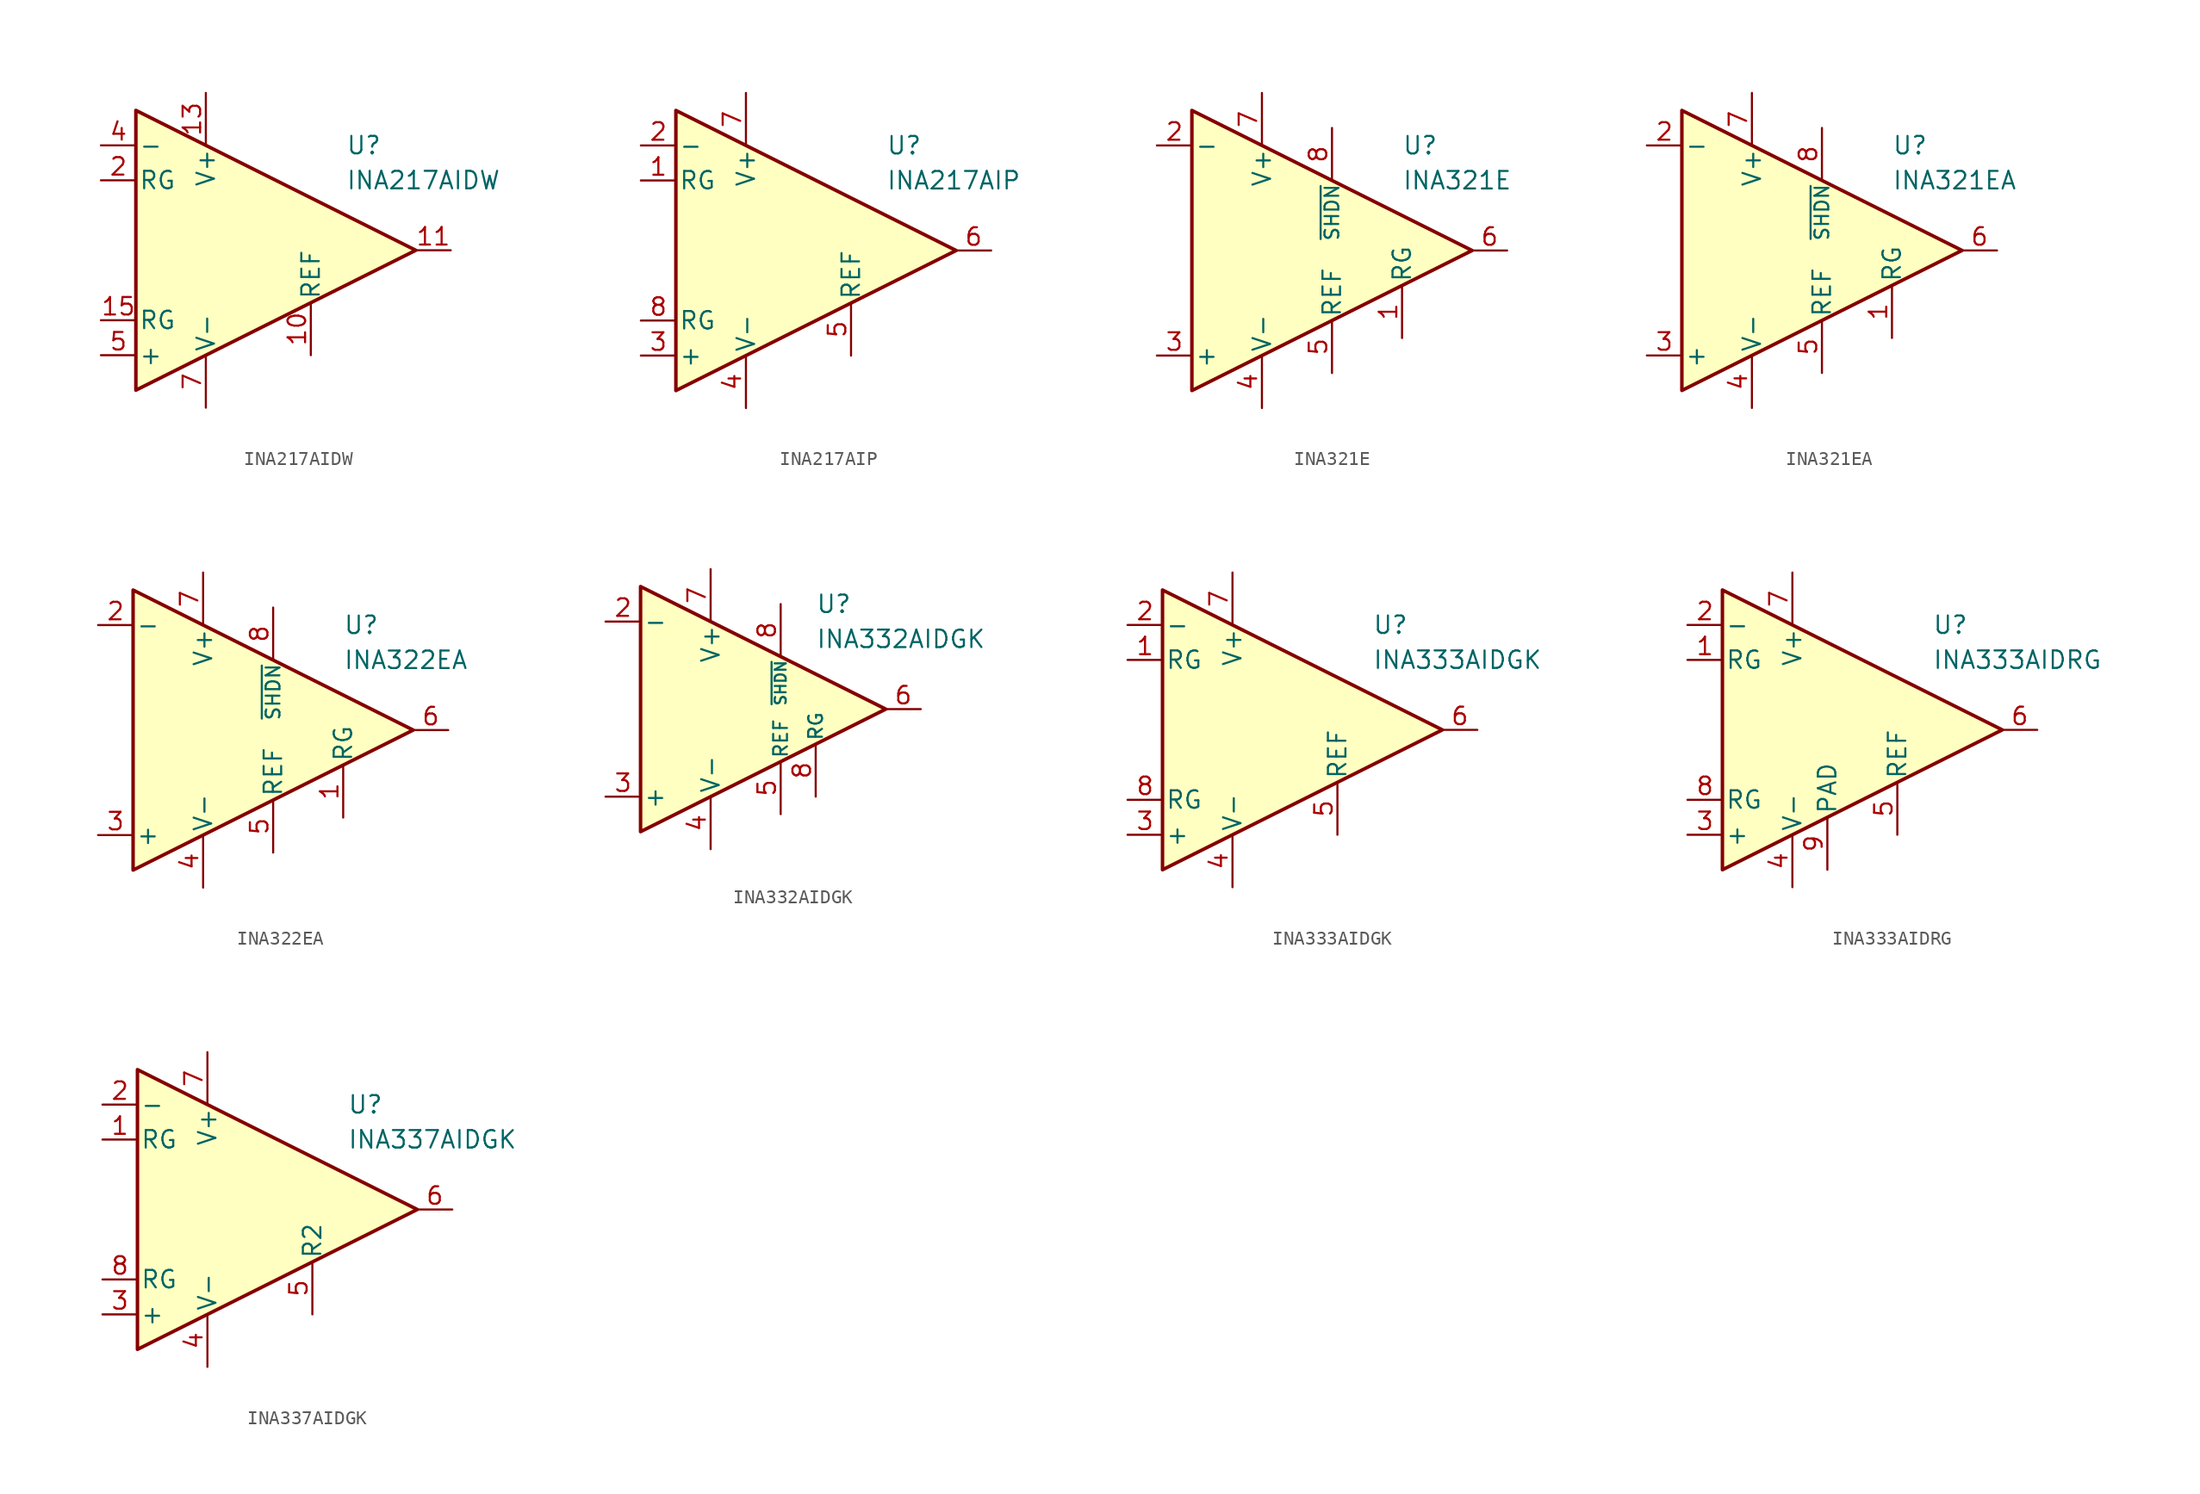
<source format=kicad_sym>
(kicad_symbol_lib
  (version 20231120)
  (generator "kicad_symbol_editor")
  (generator_version "8.0")
  (symbol "INA217AIDW"
    (pin_names
      (offset 0.2))
    (property "Reference" "U"
      (at 6.35 7.62 0)
      (effects (font (size 1.27 1.27)) (justify left)))
    (property "Value" "INA217AIDW"
      (at 6.35 5.08 0)
      (effects (font (size 1.27 1.27)) (justify left)))
    (symbol "INA217AIDW_0_1"
      (polyline (pts (xy -8.89 10.16) (xy -8.89 -10.16) (xy 11.43 0) (xy -8.89 10.16)) (stroke (width 0.254) (type default)) (fill (type background))))
    (symbol "INA217AIDW_1_1"
      (pin free line (at -6.35 3.81 0) (length 2.54) hide (name "NC" (effects (font (size 1.27 1.27)))) (number "1" (effects (font (size 1.27 1.27)))))
      (pin input line (at 3.81 -7.62 90) (length 3.81) (name "REF" (effects (font (size 1.27 1.27)))) (number "10" (effects (font (size 1.27 1.27)))))
      (pin output line (at 13.97 0 180) (length 2.54) (name "~" (effects (font (size 1.27 1.27)))) (number "11" (effects (font (size 1.27 1.27)))))
      (pin free line (at -3.81 0 0) (length 2.54) hide (name "NC" (effects (font (size 1.27 1.27)))) (number "12" (effects (font (size 1.27 1.27)))))
      (pin power_in line (at -3.81 11.43 270) (length 3.81) (name "V+" (effects (font (size 1.27 1.27)))) (number "13" (effects (font (size 1.27 1.27)))))
      (pin free line (at -3.81 -2.54 0) (length 2.54) hide (name "NC" (effects (font (size 1.27 1.27)))) (number "14" (effects (font (size 1.27 1.27)))))
      (pin passive line (at -11.43 -5.08 0) (length 2.54) (name "RG" (effects (font (size 1.27 1.27)))) (number "15" (effects (font (size 1.27 1.27)))))
      (pin free line (at -3.81 -5.08 0) (length 2.54) hide (name "NC" (effects (font (size 1.27 1.27)))) (number "16" (effects (font (size 1.27 1.27)))))
      (pin passive line (at -11.43 5.08 0) (length 2.54) (name "RG" (effects (font (size 1.27 1.27)))) (number "2" (effects (font (size 1.27 1.27)))))
      (pin free line (at -6.35 1.27 0) (length 2.54) hide (name "NC" (effects (font (size 1.27 1.27)))) (number "3" (effects (font (size 1.27 1.27)))))
      (pin input line (at -11.43 7.62 0) (length 2.54) (name "-" (effects (font (size 1.27 1.27)))) (number "4" (effects (font (size 1.27 1.27)))))
      (pin input line (at -11.43 -7.62 0) (length 2.54) (name "+" (effects (font (size 1.27 1.27)))) (number "5" (effects (font (size 1.27 1.27)))))
      (pin free line (at -6.35 -1.27 0) (length 2.54) hide (name "NC" (effects (font (size 1.27 1.27)))) (number "6" (effects (font (size 1.27 1.27)))))
      (pin power_in line (at -3.81 -11.43 90) (length 3.81) (name "V-" (effects (font (size 1.27 1.27)))) (number "7" (effects (font (size 1.27 1.27)))))
      (pin free line (at -6.35 -3.81 0) (length 2.54) hide (name "NC" (effects (font (size 1.27 1.27)))) (number "8" (effects (font (size 1.27 1.27)))))
      (pin free line (at -3.81 2.54 0) (length 2.54) hide (name "NC" (effects (font (size 1.27 1.27)))) (number "9" (effects (font (size 1.27 1.27)))))))
  (symbol "INA217AIP"
    (pin_names
      (offset 0.2))
    (property "Reference" "U"
      (at 6.35 7.62 0)
      (effects (font (size 1.27 1.27)) (justify left)))
    (property "Value" "INA217AIP"
      (at 6.35 5.08 0)
      (effects (font (size 1.27 1.27)) (justify left)))
    (symbol "INA217AIP_0_1"
      (polyline (pts (xy -8.89 10.16) (xy -8.89 -10.16) (xy 11.43 0) (xy -8.89 10.16)) (stroke (width 0.254) (type default)) (fill (type background))))
    (symbol "INA217AIP_1_1"
      (pin passive line (at -11.43 5.08 0) (length 2.54) (name "RG" (effects (font (size 1.27 1.27)))) (number "1" (effects (font (size 1.27 1.27)))))
      (pin input line (at -11.43 7.62 0) (length 2.54) (name "-" (effects (font (size 1.27 1.27)))) (number "2" (effects (font (size 1.27 1.27)))))
      (pin input line (at -11.43 -7.62 0) (length 2.54) (name "+" (effects (font (size 1.27 1.27)))) (number "3" (effects (font (size 1.27 1.27)))))
      (pin power_in line (at -3.81 -11.43 90) (length 3.81) (name "V-" (effects (font (size 1.27 1.27)))) (number "4" (effects (font (size 1.27 1.27)))))
      (pin input line (at 3.81 -7.62 90) (length 3.81) (name "REF" (effects (font (size 1.27 1.27)))) (number "5" (effects (font (size 1.27 1.27)))))
      (pin output line (at 13.97 0 180) (length 2.54) (name "~" (effects (font (size 1.27 1.27)))) (number "6" (effects (font (size 1.27 1.27)))))
      (pin power_in line (at -3.81 11.43 270) (length 3.81) (name "V+" (effects (font (size 1.27 1.27)))) (number "7" (effects (font (size 1.27 1.27)))))
      (pin passive line (at -11.43 -5.08 0) (length 2.54) (name "RG" (effects (font (size 1.27 1.27)))) (number "8" (effects (font (size 1.27 1.27)))))))
  (symbol "INA321E"
    (pin_names
      (offset 0.2))
    (property "Reference" "U"
      (at 6.35 7.62 0)
      (effects (font (size 1.27 1.27)) (justify left)))
    (property "Value" "INA321E"
      (at 6.35 5.08 0)
      (effects (font (size 1.27 1.27)) (justify left)))
    (symbol "INA321E_0_1"
      (polyline (pts (xy -8.89 10.16) (xy -8.89 -10.16) (xy 11.43 0) (xy -8.89 10.16)) (stroke (width 0.254) (type default)) (fill (type background))))
    (symbol "INA321E_1_1"
      (pin passive line (at 6.35 -6.35 90) (length 3.81) (name "RG" (effects (font (size 1.27 1.27)))) (number "1" (effects (font (size 1.27 1.27)))))
      (pin input line (at -11.43 7.62 0) (length 2.54) (name "-" (effects (font (size 1.27 1.27)))) (number "2" (effects (font (size 1.27 1.27)))))
      (pin input line (at -11.43 -7.62 0) (length 2.54) (name "+" (effects (font (size 1.27 1.27)))) (number "3" (effects (font (size 1.27 1.27)))))
      (pin power_in line (at -3.81 -11.43 90) (length 3.81) (name "V-" (effects (font (size 1.27 1.27)))) (number "4" (effects (font (size 1.27 1.27)))))
      (pin input line (at 1.27 -8.89 90) (length 3.81) (name "REF" (effects (font (size 1.27 1.27)))) (number "5" (effects (font (size 1.27 1.27)))))
      (pin output line (at 13.97 0 180) (length 2.54) (name "~" (effects (font (size 1.27 1.27)))) (number "6" (effects (font (size 1.27 1.27)))))
      (pin power_in line (at -3.81 11.43 270) (length 3.81) (name "V+" (effects (font (size 1.27 1.27)))) (number "7" (effects (font (size 1.27 1.27)))))
      (pin input line (at 1.27 8.89 270) (length 3.81) (name "~{SHDN}" (effects (font (size 1 1)))) (number "8" (effects (font (size 1.27 1.27)))))))
  (symbol "INA321EA"
    (pin_names
      (offset 0.2))
    (property "Reference" "U"
      (at 6.35 7.62 0)
      (effects (font (size 1.27 1.27)) (justify left)))
    (property "Value" "INA321EA"
      (at 6.35 5.08 0)
      (effects (font (size 1.27 1.27)) (justify left)))
    (symbol "INA321EA_0_1"
      (polyline (pts (xy -8.89 10.16) (xy -8.89 -10.16) (xy 11.43 0) (xy -8.89 10.16)) (stroke (width 0.254) (type default)) (fill (type background))))
    (symbol "INA321EA_1_1"
      (pin passive line (at 6.35 -6.35 90) (length 3.81) (name "RG" (effects (font (size 1.27 1.27)))) (number "1" (effects (font (size 1.27 1.27)))))
      (pin input line (at -11.43 7.62 0) (length 2.54) (name "-" (effects (font (size 1.27 1.27)))) (number "2" (effects (font (size 1.27 1.27)))))
      (pin input line (at -11.43 -7.62 0) (length 2.54) (name "+" (effects (font (size 1.27 1.27)))) (number "3" (effects (font (size 1.27 1.27)))))
      (pin power_in line (at -3.81 -11.43 90) (length 3.81) (name "V-" (effects (font (size 1.27 1.27)))) (number "4" (effects (font (size 1.27 1.27)))))
      (pin input line (at 1.27 -8.89 90) (length 3.81) (name "REF" (effects (font (size 1.27 1.27)))) (number "5" (effects (font (size 1.27 1.27)))))
      (pin output line (at 13.97 0 180) (length 2.54) (name "~" (effects (font (size 1.27 1.27)))) (number "6" (effects (font (size 1.27 1.27)))))
      (pin power_in line (at -3.81 11.43 270) (length 3.81) (name "V+" (effects (font (size 1.27 1.27)))) (number "7" (effects (font (size 1.27 1.27)))))
      (pin input line (at 1.27 8.89 270) (length 3.81) (name "~{SHDN}" (effects (font (size 1 1)))) (number "8" (effects (font (size 1.27 1.27)))))))
  (symbol "INA322EA"
    (pin_names
      (offset 0.2))
    (property "Reference" "U"
      (at 6.35 7.62 0)
      (effects (font (size 1.27 1.27)) (justify left)))
    (property "Value" "INA322EA"
      (at 6.35 5.08 0)
      (effects (font (size 1.27 1.27)) (justify left)))
    (symbol "INA322EA_0_1"
      (polyline (pts (xy -8.89 10.16) (xy -8.89 -10.16) (xy 11.43 0) (xy -8.89 10.16)) (stroke (width 0.254) (type default)) (fill (type background))))
    (symbol "INA322EA_1_1"
      (pin passive line (at 6.35 -6.35 90) (length 3.81) (name "RG" (effects (font (size 1.27 1.27)))) (number "1" (effects (font (size 1.27 1.27)))))
      (pin input line (at -11.43 7.62 0) (length 2.54) (name "-" (effects (font (size 1.27 1.27)))) (number "2" (effects (font (size 1.27 1.27)))))
      (pin input line (at -11.43 -7.62 0) (length 2.54) (name "+" (effects (font (size 1.27 1.27)))) (number "3" (effects (font (size 1.27 1.27)))))
      (pin power_in line (at -3.81 -11.43 90) (length 3.81) (name "V-" (effects (font (size 1.27 1.27)))) (number "4" (effects (font (size 1.27 1.27)))))
      (pin input line (at 1.27 -8.89 90) (length 3.81) (name "REF" (effects (font (size 1.27 1.27)))) (number "5" (effects (font (size 1.27 1.27)))))
      (pin output line (at 13.97 0 180) (length 2.54) (name "~" (effects (font (size 1.27 1.27)))) (number "6" (effects (font (size 1.27 1.27)))))
      (pin power_in line (at -3.81 11.43 270) (length 3.81) (name "V+" (effects (font (size 1.27 1.27)))) (number "7" (effects (font (size 1.27 1.27)))))
      (pin input line (at 1.27 8.89 270) (length 3.81) (name "~{SHDN}" (effects (font (size 1 1)))) (number "8" (effects (font (size 1.27 1.27)))))))
  (symbol "INA332AIDGK"
    (pin_names
      (offset 0.2))
    (property "Reference" "U"
      (at 6.35 7.62 0)
      (effects (font (size 1.27 1.27)) (justify left)))
    (property "Value" "INA332AIDGK"
      (at 6.35 5.08 0)
      (effects (font (size 1.27 1.27)) (justify left)))
    (symbol "INA332AIDGK_0_1"
      (polyline (pts (xy -6.35 8.89) (xy -6.35 -8.89) (xy 11.43 0) (xy -6.35 8.89)) (stroke (width 0.254) (type default)) (fill (type background))))
    (symbol "INA332AIDGK_1_1"
      (pin input line (at -8.89 6.35 0) (length 2.54) (name "-" (effects (font (size 1.27 1.27)))) (number "2" (effects (font (size 1.27 1.27)))))
      (pin input line (at -8.89 -6.35 0) (length 2.54) (name "+" (effects (font (size 1.27 1.27)))) (number "3" (effects (font (size 1.27 1.27)))))
      (pin power_in line (at -1.27 -10.16 90) (length 3.81) (name "V-" (effects (font (size 1.27 1.27)))) (number "4" (effects (font (size 1.27 1.27)))))
      (pin input line (at 3.81 -7.62 90) (length 3.81) (name "REF" (effects (font (size 1 1)))) (number "5" (effects (font (size 1.27 1.27)))))
      (pin output line (at 13.97 0 180) (length 2.54) (name "~" (effects (font (size 1.27 1.27)))) (number "6" (effects (font (size 1.27 1.27)))))
      (pin power_in line (at -1.27 10.16 270) (length 3.81) (name "V+" (effects (font (size 1.27 1.27)))) (number "7" (effects (font (size 1.27 1.27)))))
      (pin input line (at 6.35 -6.35 90) (length 3.81) (name "RG" (effects (font (size 1 1)))) (number "8" (effects (font (size 1.27 1.27)))))
      (pin input line (at 3.81 7.62 270) (length 3.81) (name "~{SHDN}" (effects (font (size 0.8 0.8)))) (number "8" (effects (font (size 1.27 1.27)))))))
  (symbol "INA333AIDGK"
    (pin_names
      (offset 0.2))
    (property "Reference" "U"
      (at 6.35 7.62 0)
      (effects (font (size 1.27 1.27)) (justify left)))
    (property "Value" "INA333AIDGK"
      (at 6.35 5.08 0)
      (effects (font (size 1.27 1.27)) (justify left)))
    (symbol "INA333AIDGK_0_1"
      (polyline (pts (xy -8.89 10.16) (xy -8.89 -10.16) (xy 11.43 0) (xy -8.89 10.16)) (stroke (width 0.254) (type default)) (fill (type background))))
    (symbol "INA333AIDGK_1_1"
      (pin passive line (at -11.43 5.08 0) (length 2.54) (name "RG" (effects (font (size 1.27 1.27)))) (number "1" (effects (font (size 1.27 1.27)))))
      (pin input line (at -11.43 7.62 0) (length 2.54) (name "-" (effects (font (size 1.27 1.27)))) (number "2" (effects (font (size 1.27 1.27)))))
      (pin input line (at -11.43 -7.62 0) (length 2.54) (name "+" (effects (font (size 1.27 1.27)))) (number "3" (effects (font (size 1.27 1.27)))))
      (pin power_in line (at -3.81 -11.43 90) (length 3.81) (name "V-" (effects (font (size 1.27 1.27)))) (number "4" (effects (font (size 1.27 1.27)))))
      (pin input line (at 3.81 -7.62 90) (length 3.81) (name "REF" (effects (font (size 1.27 1.27)))) (number "5" (effects (font (size 1.27 1.27)))))
      (pin output line (at 13.97 0 180) (length 2.54) (name "~" (effects (font (size 1.27 1.27)))) (number "6" (effects (font (size 1.27 1.27)))))
      (pin power_in line (at -3.81 11.43 270) (length 3.81) (name "V+" (effects (font (size 1.27 1.27)))) (number "7" (effects (font (size 1.27 1.27)))))
      (pin passive line (at -11.43 -5.08 0) (length 2.54) (name "RG" (effects (font (size 1.27 1.27)))) (number "8" (effects (font (size 1.27 1.27)))))))
  (symbol "INA333AIDRG"
    (pin_names
      (offset 0.2))
    (property "Reference" "U"
      (at 6.35 7.62 0)
      (effects (font (size 1.27 1.27)) (justify left)))
    (property "Value" "INA333AIDRG"
      (at 6.35 5.08 0)
      (effects (font (size 1.27 1.27)) (justify left)))
    (symbol "INA333AIDRG_0_1"
      (polyline (pts (xy -8.89 10.16) (xy -8.89 -10.16) (xy 11.43 0) (xy -8.89 10.16)) (stroke (width 0.254) (type default)) (fill (type background))))
    (symbol "INA333AIDRG_1_1"
      (pin passive line (at -11.43 5.08 0) (length 2.54) (name "RG" (effects (font (size 1.27 1.27)))) (number "1" (effects (font (size 1.27 1.27)))))
      (pin input line (at -11.43 7.62 0) (length 2.54) (name "-" (effects (font (size 1.27 1.27)))) (number "2" (effects (font (size 1.27 1.27)))))
      (pin input line (at -11.43 -7.62 0) (length 2.54) (name "+" (effects (font (size 1.27 1.27)))) (number "3" (effects (font (size 1.27 1.27)))))
      (pin power_in line (at -3.81 -11.43 90) (length 3.81) (name "V-" (effects (font (size 1.27 1.27)))) (number "4" (effects (font (size 1.27 1.27)))))
      (pin input line (at 3.81 -7.62 90) (length 3.81) (name "REF" (effects (font (size 1.27 1.27)))) (number "5" (effects (font (size 1.27 1.27)))))
      (pin output line (at 13.97 0 180) (length 2.54) (name "~" (effects (font (size 1.27 1.27)))) (number "6" (effects (font (size 1.27 1.27)))))
      (pin power_in line (at -3.81 11.43 270) (length 3.81) (name "V+" (effects (font (size 1.27 1.27)))) (number "7" (effects (font (size 1.27 1.27)))))
      (pin passive line (at -11.43 -5.08 0) (length 2.54) (name "RG" (effects (font (size 1.27 1.27)))) (number "8" (effects (font (size 1.27 1.27)))))
      (pin power_in line (at -1.27 -10.16 90) (length 3.81) (name "PAD" (effects (font (size 1.27 1.27)))) (number "9" (effects (font (size 1.27 1.27)))))))
  (symbol "INA337AIDGK"
    (pin_names
      (offset 0.2))
    (property "Reference" "U"
      (at 6.35 7.62 0)
      (effects (font (size 1.27 1.27)) (justify left)))
    (property "Value" "INA337AIDGK"
      (at 6.35 5.08 0)
      (effects (font (size 1.27 1.27)) (justify left)))
    (symbol "INA337AIDGK_0_1"
      (polyline (pts (xy -8.89 10.16) (xy -8.89 -10.16) (xy 11.43 0) (xy -8.89 10.16)) (stroke (width 0.254) (type default)) (fill (type background))))
    (symbol "INA337AIDGK_1_1"
      (pin passive line (at -11.43 5.08 0) (length 2.54) (name "RG" (effects (font (size 1.27 1.27)))) (number "1" (effects (font (size 1.27 1.27)))))
      (pin input line (at -11.43 7.62 0) (length 2.54) (name "-" (effects (font (size 1.27 1.27)))) (number "2" (effects (font (size 1.27 1.27)))))
      (pin input line (at -11.43 -7.62 0) (length 2.54) (name "+" (effects (font (size 1.27 1.27)))) (number "3" (effects (font (size 1.27 1.27)))))
      (pin power_in line (at -3.81 -11.43 90) (length 3.81) (name "V-" (effects (font (size 1.27 1.27)))) (number "4" (effects (font (size 1.27 1.27)))))
      (pin passive line (at 3.81 -7.62 90) (length 3.81) (name "R2" (effects (font (size 1.27 1.27)))) (number "5" (effects (font (size 1.27 1.27)))))
      (pin output line (at 13.97 0 180) (length 2.54) (name "~" (effects (font (size 1.27 1.27)))) (number "6" (effects (font (size 1.27 1.27)))))
      (pin power_in line (at -3.81 11.43 270) (length 3.81) (name "V+" (effects (font (size 1.27 1.27)))) (number "7" (effects (font (size 1.27 1.27)))))
      (pin passive line (at -11.43 -5.08 0) (length 2.54) (name "RG" (effects (font (size 1.27 1.27)))) (number "8" (effects (font (size 1.27 1.27))))))))
</source>
